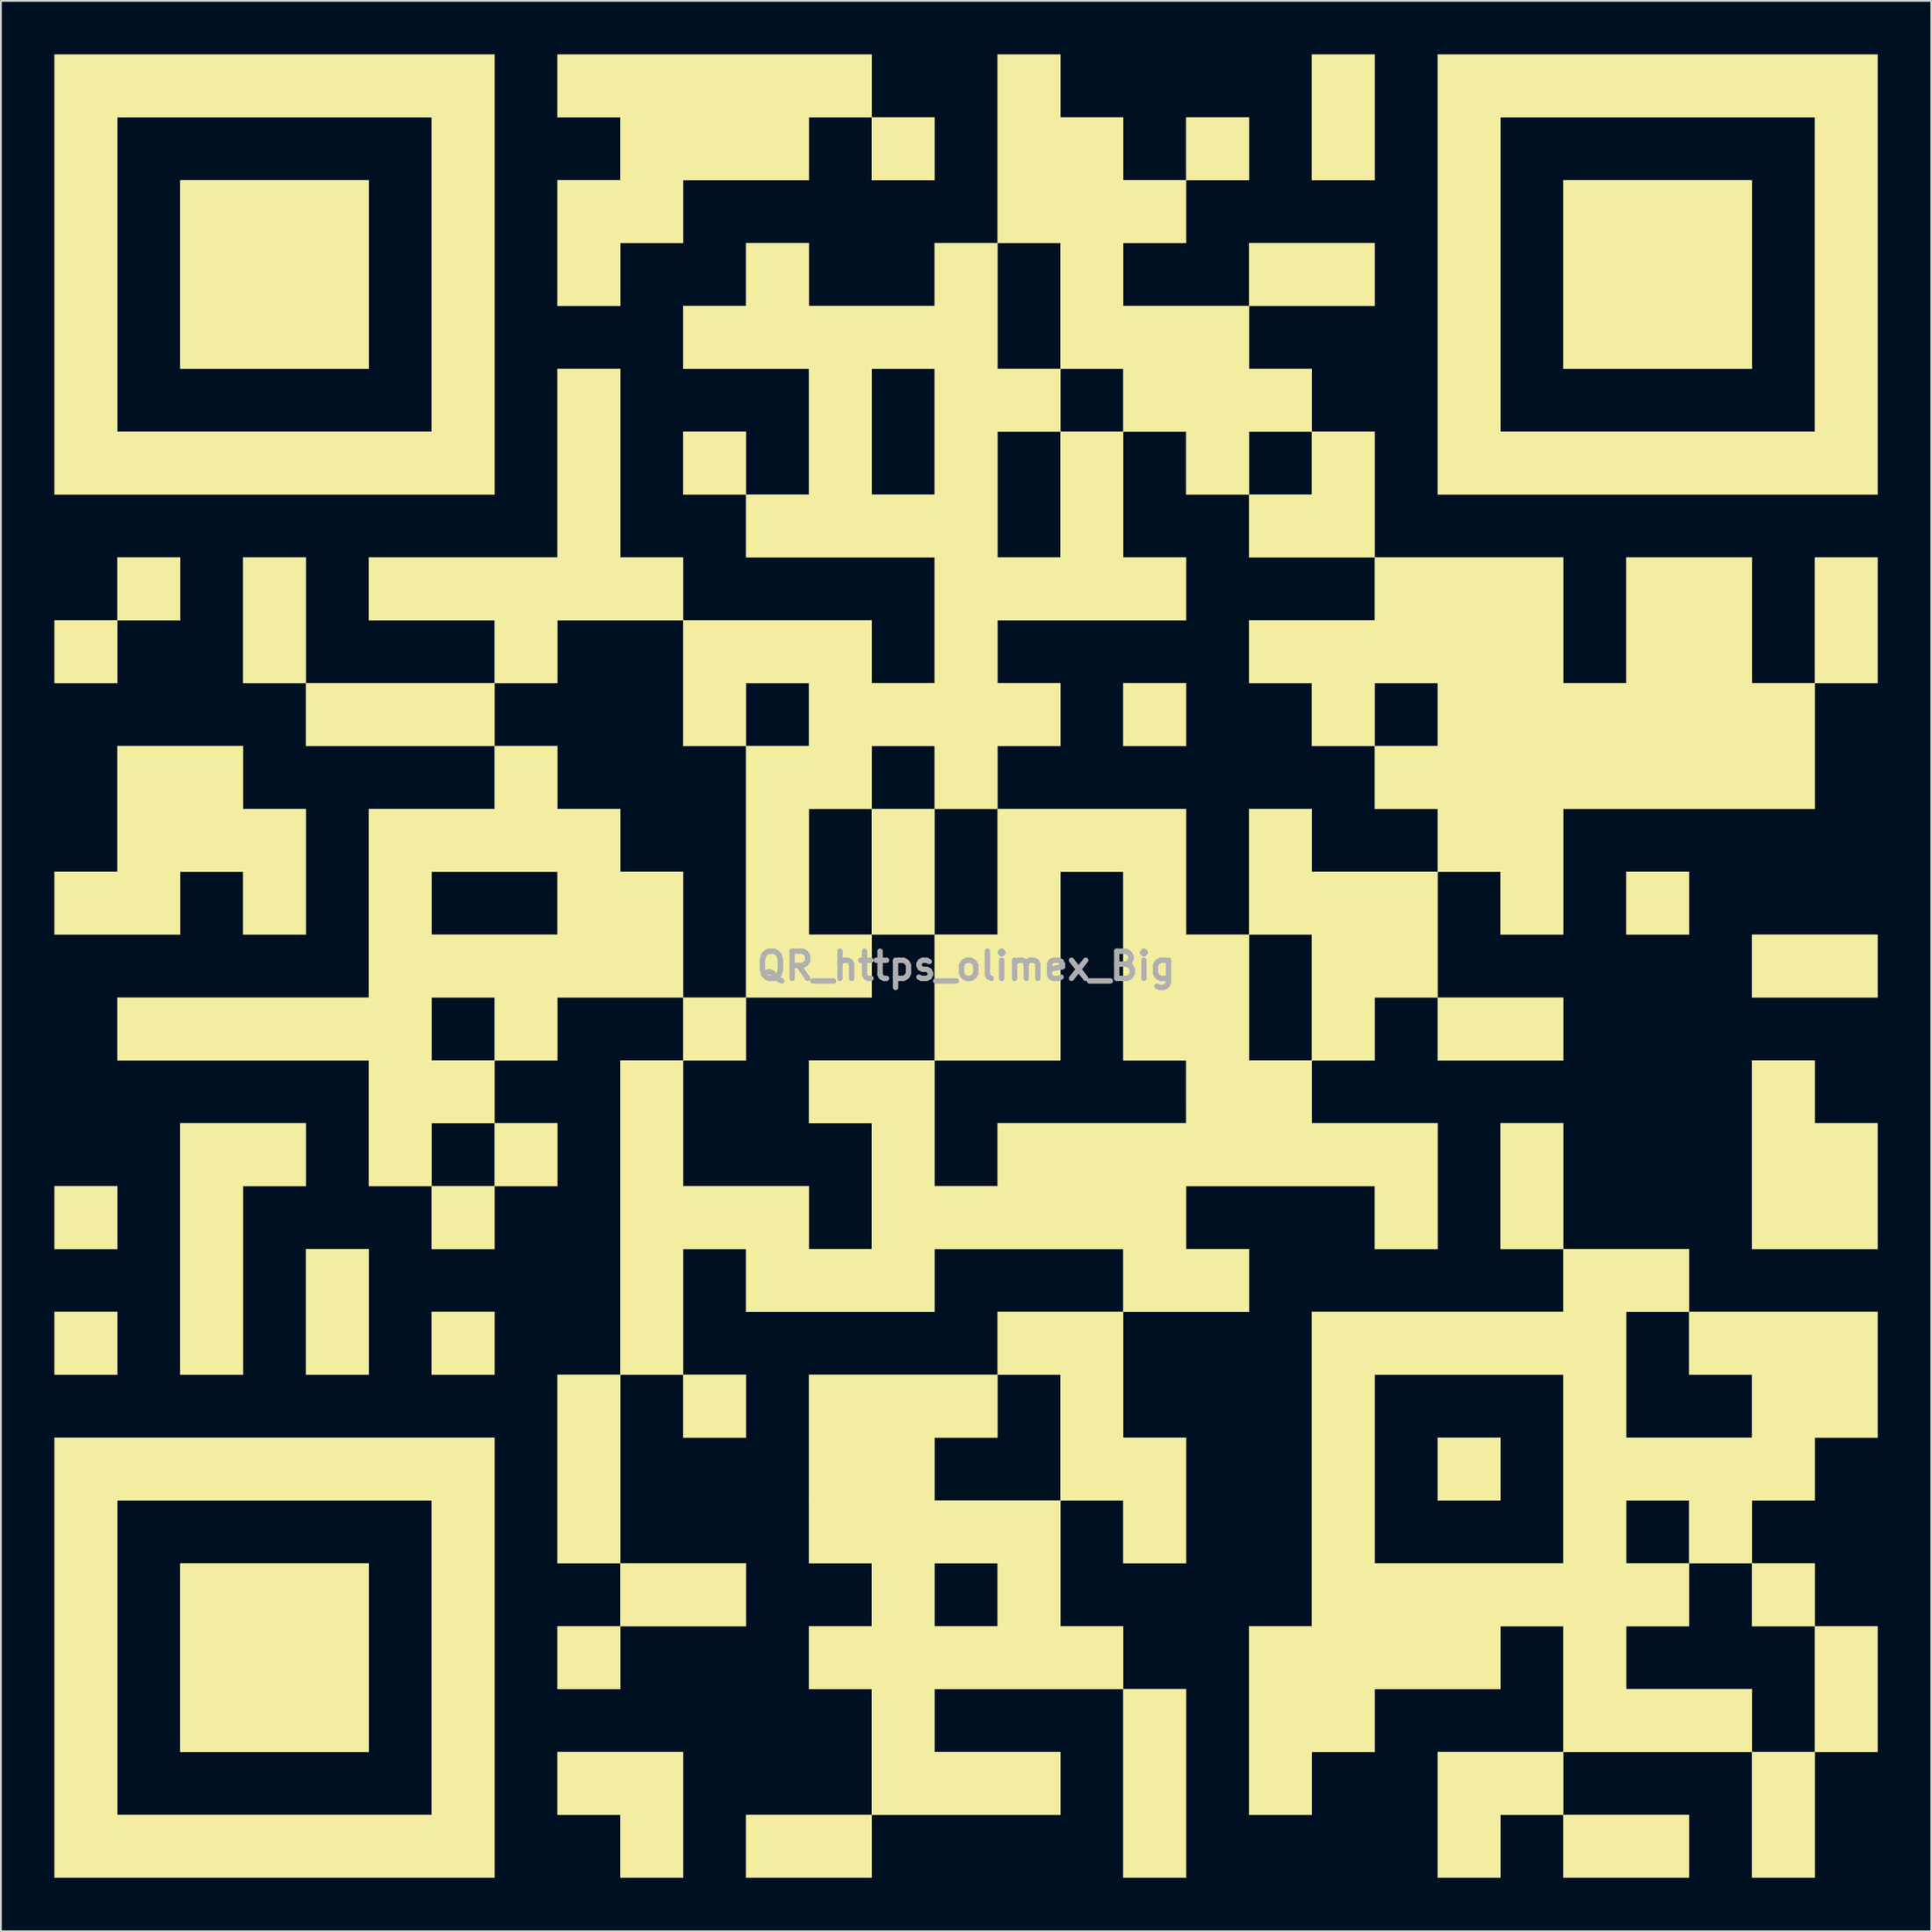
<source format=kicad_pcb>
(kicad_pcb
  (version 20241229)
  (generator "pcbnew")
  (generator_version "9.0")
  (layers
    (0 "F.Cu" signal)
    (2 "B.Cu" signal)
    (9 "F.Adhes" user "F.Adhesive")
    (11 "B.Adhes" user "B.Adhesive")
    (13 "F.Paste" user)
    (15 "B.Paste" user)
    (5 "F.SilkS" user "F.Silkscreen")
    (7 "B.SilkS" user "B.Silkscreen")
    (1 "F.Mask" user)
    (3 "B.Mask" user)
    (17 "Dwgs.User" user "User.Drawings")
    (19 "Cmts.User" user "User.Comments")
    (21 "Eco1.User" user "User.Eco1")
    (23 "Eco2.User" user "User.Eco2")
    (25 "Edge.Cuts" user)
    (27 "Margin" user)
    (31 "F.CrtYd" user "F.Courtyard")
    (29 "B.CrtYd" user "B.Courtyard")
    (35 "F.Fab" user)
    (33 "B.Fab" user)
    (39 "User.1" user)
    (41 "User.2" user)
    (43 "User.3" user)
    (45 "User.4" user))
  (footprint "QR_https_olimex_Big"
    (layer "F.Cu")
    (at 51.158 51.158)
    (property "Reference" "QR_https_olimex_Big" (at 0 0 0) (layer "F.Fab") (effects (font (size 1.524 1.524) (thickness 0.3))))
    (attr through_hole)
    (fp_poly (pts (xy -47.625 -15.875) (xy -51.153 -15.875) (xy -51.153 -19.403) (xy -47.625 -19.403) (xy -47.625 -15.875)) (stroke (width 0.01) (type solid)) (fill yes) (layer "F.SilkS"))
    (fp_poly (pts (xy -47.625 15.875) (xy -51.153 15.875) (xy -51.153 12.347) (xy -47.625 12.347) (xy -47.625 15.875)) (stroke (width 0.01) (type solid)) (fill yes) (layer "F.SilkS"))
    (fp_poly (pts (xy -47.625 22.931) (xy -51.153 22.931) (xy -51.153 19.403) (xy -47.625 19.403) (xy -47.625 22.931)) (stroke (width 0.01) (type solid)) (fill yes) (layer "F.SilkS"))
    (fp_poly (pts (xy -44.097 -19.403) (xy -47.625 -19.403) (xy -47.625 -22.931) (xy -44.097 -22.931) (xy -44.097 -19.403)) (stroke (width 0.01) (type solid)) (fill yes) (layer "F.SilkS"))
    (fp_poly (pts (xy -37.042 -15.875) (xy -40.569 -15.875) (xy -40.569 -22.931) (xy -37.042 -22.931) (xy -37.042 -15.875)) (stroke (width 0.01) (type solid)) (fill yes) (layer "F.SilkS"))
    (fp_poly (pts (xy -33.514 -33.514) (xy -44.097 -33.514) (xy -44.097 -44.097) (xy -33.514 -44.097) (xy -33.514 -33.514)) (stroke (width 0.01) (type solid)) (fill yes) (layer "F.SilkS"))
    (fp_poly (pts (xy -33.514 22.931) (xy -37.042 22.931) (xy -37.042 15.875) (xy -33.514 15.875) (xy -33.514 22.931)) (stroke (width 0.01) (type solid)) (fill yes) (layer "F.SilkS"))
    (fp_poly (pts (xy -33.514 44.097) (xy -44.097 44.097) (xy -44.097 33.514) (xy -33.514 33.514) (xy -33.514 44.097)) (stroke (width 0.01) (type solid)) (fill yes) (layer "F.SilkS"))
    (fp_poly (pts (xy -26.458 15.875) (xy -29.986 15.875) (xy -29.986 12.347) (xy -26.458 12.347) (xy -26.458 15.875)) (stroke (width 0.01) (type solid)) (fill yes) (layer "F.SilkS"))
    (fp_poly (pts (xy -26.458 22.931) (xy -29.986 22.931) (xy -29.986 19.403) (xy -26.458 19.403) (xy -26.458 22.931)) (stroke (width 0.01) (type solid)) (fill yes) (layer "F.SilkS"))
    (fp_poly (pts (xy -22.931 12.347) (xy -26.458 12.347) (xy -26.458 8.819) (xy -22.931 8.819) (xy -22.931 12.347)) (stroke (width 0.01) (type solid)) (fill yes) (layer "F.SilkS"))
    (fp_poly (pts (xy -19.403 33.514) (xy -22.931 33.514) (xy -22.931 22.931) (xy -19.403 22.931) (xy -19.403 33.514)) (stroke (width 0.01) (type solid)) (fill yes) (layer "F.SilkS"))
    (fp_poly (pts (xy -19.403 40.569) (xy -22.931 40.569) (xy -22.931 37.042) (xy -19.403 37.042) (xy -19.403 40.569)) (stroke (width 0.01) (type solid)) (fill yes) (layer "F.SilkS"))
    (fp_poly (pts (xy -12.347 -26.458) (xy -15.875 -26.458) (xy -15.875 -29.986) (xy -12.347 -29.986) (xy -12.347 -26.458)) (stroke (width 0.01) (type solid)) (fill yes) (layer "F.SilkS"))
    (fp_poly (pts (xy -12.347 26.458) (xy -15.875 26.458) (xy -15.875 22.931) (xy -12.347 22.931) (xy -12.347 26.458)) (stroke (width 0.01) (type solid)) (fill yes) (layer "F.SilkS"))
    (fp_poly (pts (xy -12.347 37.042) (xy -19.403 37.042) (xy -19.403 33.514) (xy -12.347 33.514) (xy -12.347 37.042)) (stroke (width 0.01) (type solid)) (fill yes) (layer "F.SilkS"))
    (fp_poly (pts (xy -5.292 51.153) (xy -12.347 51.153) (xy -12.347 47.625) (xy -5.292 47.625) (xy -5.292 51.153)) (stroke (width 0.01) (type solid)) (fill yes) (layer "F.SilkS"))
    (fp_poly (pts (xy -1.764 -44.097) (xy -5.292 -44.097) (xy -5.292 -47.625) (xy -1.764 -47.625) (xy -1.764 -44.097)) (stroke (width 0.01) (type solid)) (fill yes) (layer "F.SilkS"))
    (fp_poly (pts (xy -1.764 -1.764) (xy -5.292 -1.764) (xy -5.292 -8.819) (xy -1.764 -8.819) (xy -1.764 -1.764)) (stroke (width 0.01) (type solid)) (fill yes) (layer "F.SilkS"))
    (fp_poly (pts (xy 12.347 -12.347) (xy 8.819 -12.347) (xy 8.819 -15.875) (xy 12.347 -15.875) (xy 12.347 -12.347)) (stroke (width 0.01) (type solid)) (fill yes) (layer "F.SilkS"))
    (fp_poly (pts (xy 12.347 51.153) (xy 8.819 51.153) (xy 8.819 40.569) (xy 12.347 40.569) (xy 12.347 51.153)) (stroke (width 0.01) (type solid)) (fill yes) (layer "F.SilkS"))
    (fp_poly (pts (xy 15.875 -44.097) (xy 12.347 -44.097) (xy 12.347 -47.625) (xy 15.875 -47.625) (xy 15.875 -44.097)) (stroke (width 0.01) (type solid)) (fill yes) (layer "F.SilkS"))
    (fp_poly (pts (xy 22.931 -44.097) (xy 19.403 -44.097) (xy 19.403 -51.153) (xy 22.931 -51.153) (xy 22.931 -44.097)) (stroke (width 0.01) (type solid)) (fill yes) (layer "F.SilkS"))
    (fp_poly (pts (xy 22.931 -37.042) (xy 15.875 -37.042) (xy 15.875 -40.569) (xy 22.931 -40.569) (xy 22.931 -37.042)) (stroke (width 0.01) (type solid)) (fill yes) (layer "F.SilkS"))
    (fp_poly (pts (xy 29.986 29.986) (xy 26.458 29.986) (xy 26.458 26.458) (xy 29.986 26.458) (xy 29.986 29.986)) (stroke (width 0.01) (type solid)) (fill yes) (layer "F.SilkS"))
    (fp_poly (pts (xy 33.514 5.292) (xy 26.458 5.292) (xy 26.458 1.764) (xy 33.514 1.764) (xy 33.514 5.292)) (stroke (width 0.01) (type solid)) (fill yes) (layer "F.SilkS"))
    (fp_poly (pts (xy 33.514 15.875) (xy 29.986 15.875) (xy 29.986 8.819) (xy 33.514 8.819) (xy 33.514 15.875)) (stroke (width 0.01) (type solid)) (fill yes) (layer "F.SilkS"))
    (fp_poly (pts (xy 40.569 -1.764) (xy 37.042 -1.764) (xy 37.042 -5.292) (xy 40.569 -5.292) (xy 40.569 -1.764)) (stroke (width 0.01) (type solid)) (fill yes) (layer "F.SilkS"))
    (fp_poly (pts (xy 40.569 51.153) (xy 33.514 51.153) (xy 33.514 47.625) (xy 40.569 47.625) (xy 40.569 51.153)) (stroke (width 0.01) (type solid)) (fill yes) (layer "F.SilkS"))
    (fp_poly (pts (xy 44.097 -33.514) (xy 33.514 -33.514) (xy 33.514 -44.097) (xy 44.097 -44.097) (xy 44.097 -33.514)) (stroke (width 0.01) (type solid)) (fill yes) (layer "F.SilkS"))
    (fp_poly (pts (xy 47.625 37.042) (xy 44.097 37.042) (xy 44.097 33.514) (xy 47.625 33.514) (xy 47.625 37.042)) (stroke (width 0.01) (type solid)) (fill yes) (layer "F.SilkS"))
    (fp_poly (pts (xy 47.625 51.153) (xy 44.097 51.153) (xy 44.097 44.097) (xy 47.625 44.097) (xy 47.625 51.153)) (stroke (width 0.01) (type solid)) (fill yes) (layer "F.SilkS"))
    (fp_poly (pts (xy 51.153 -15.875) (xy 47.625 -15.875) (xy 47.625 -22.931) (xy 51.153 -22.931) (xy 51.153 -15.875)) (stroke (width 0.01) (type solid)) (fill yes) (layer "F.SilkS"))
    (fp_poly (pts (xy 51.153 1.764) (xy 44.097 1.764) (xy 44.097 -1.764) (xy 51.153 -1.764) (xy 51.153 1.764)) (stroke (width 0.01) (type solid)) (fill yes) (layer "F.SilkS"))
    (fp_poly (pts (xy 51.153 44.097) (xy 47.625 44.097) (xy 47.625 37.042) (xy 51.153 37.042) (xy 51.153 44.097)) (stroke (width 0.01) (type solid)) (fill yes) (layer "F.SilkS"))
    (fp_poly (pts (xy -37.042 12.347) (xy -40.569 12.347) (xy -40.569 22.931) (xy -44.097 22.931) (xy -44.097 8.819) (xy -37.042 8.819) (xy -37.042 12.347)) (stroke (width 0.01) (type solid)) (fill yes) (layer "F.SilkS"))
    (fp_poly (pts (xy -15.875 51.153) (xy -19.403 51.153) (xy -19.403 47.625) (xy -22.931 47.625) (xy -22.931 44.097) (xy -15.875 44.097) (xy -15.875 51.153)) (stroke (width 0.01) (type solid)) (fill yes) (layer "F.SilkS"))
    (fp_poly (pts (xy 33.514 47.625) (xy 29.986 47.625) (xy 29.986 51.153) (xy 26.458 51.153) (xy 26.458 44.097) (xy 33.514 44.097) (xy 33.514 47.625)) (stroke (width 0.01) (type solid)) (fill yes) (layer "F.SilkS"))
    (fp_poly (pts (xy 47.625 8.819) (xy 51.153 8.819) (xy 51.153 15.875) (xy 44.097 15.875) (xy 44.097 5.292) (xy 47.625 5.292) (xy 47.625 8.819)) (stroke (width 0.01) (type solid)) (fill yes) (layer "F.SilkS"))
    (fp_poly (pts (xy -26.458 -26.458) (xy -51.153 -26.458) (xy -51.153 -47.625) (xy -47.625 -47.625) (xy -47.625 -29.986) (xy -29.986 -29.986) (xy -29.986 -47.625) (xy -47.625 -47.625) (xy -51.153 -47.625) (xy -51.153 -51.153) (xy -26.458 -51.153) (xy -26.458 -26.458)) (stroke (width 0.01) (type solid)) (fill yes) (layer "F.SilkS"))
    (fp_poly (pts (xy -26.458 51.153) (xy -51.153 51.153) (xy -51.153 29.986) (xy -47.625 29.986) (xy -47.625 47.625) (xy -29.986 47.625) (xy -29.986 29.986) (xy -47.625 29.986) (xy -51.153 29.986) (xy -51.153 26.458) (xy -26.458 26.458) (xy -26.458 51.153)) (stroke (width 0.01) (type solid)) (fill yes) (layer "F.SilkS"))
    (fp_poly (pts (xy 51.153 -26.458) (xy 26.458 -26.458) (xy 26.458 -47.625) (xy 29.986 -47.625) (xy 29.986 -29.986) (xy 47.625 -29.986) (xy 47.625 -47.625) (xy 29.986 -47.625) (xy 26.458 -47.625) (xy 26.458 -51.153) (xy 51.153 -51.153) (xy 51.153 -26.458)) (stroke (width 0.01) (type solid)) (fill yes) (layer "F.SilkS"))
    (fp_poly (pts (xy -40.569 -8.819) (xy -37.042 -8.819) (xy -37.042 -1.764) (xy -40.569 -1.764) (xy -40.569 -5.292) (xy -44.097 -5.292) (xy -44.097 -1.764) (xy -51.153 -1.764) (xy -51.153 -5.292) (xy -47.625 -5.292) (xy -47.625 -12.347) (xy -40.569 -12.347) (xy -40.569 -8.819)) (stroke (width 0.01) (type solid)) (fill yes) (layer "F.SilkS"))
    (fp_poly (pts (xy -5.292 -47.625) (xy -8.819 -47.625) (xy -8.819 -44.097) (xy -15.875 -44.097) (xy -15.875 -40.569) (xy -19.403 -40.569) (xy -19.403 -37.042) (xy -22.931 -37.042) (xy -22.931 -44.097) (xy -19.403 -44.097) (xy -19.403 -47.625) (xy -22.931 -47.625) (xy -22.931 -51.153) (xy -5.292 -51.153) (xy -5.292 -47.625)) (stroke (width 0.01) (type solid)) (fill yes) (layer "F.SilkS"))
    (fp_poly (pts (xy 8.819 26.458) (xy 12.347 26.458) (xy 12.347 33.514) (xy 8.819 33.514) (xy 8.819 29.986) (xy 5.292 29.986) (xy 5.292 37.042) (xy 8.819 37.042) (xy 8.819 40.569) (xy -1.764 40.569) (xy -1.764 44.097) (xy 5.292 44.097) (xy 5.292 47.625) (xy -5.292 47.625) (xy -5.292 40.569) (xy -8.819 40.569) (xy -8.819 37.042) (xy -5.292 37.042) (xy -5.292 33.514) (xy -1.764 33.514) (xy -1.764 37.042) (xy 1.764 37.042) (xy 1.764 33.514) (xy -1.764 33.514) (xy -5.292 33.514) (xy -8.819 33.514) (xy -8.819 26.458) (xy -1.764 26.458) (xy -1.764 29.986) (xy 5.292 29.986) (xy 5.292 22.931) (xy 1.764 22.931) (xy 1.764 26.458) (xy -1.764 26.458) (xy -8.819 26.458) (xy -8.819 22.931) (xy 1.764 22.931) (xy 1.764 19.403) (xy 8.819 19.403) (xy 8.819 26.458)) (stroke (width 0.01) (type solid)) (fill yes) (layer "F.SilkS"))
    (fp_poly (pts (xy 51.153 19.403) (xy 51.153 26.458) (xy 47.625 26.458) (xy 47.625 29.986) (xy 44.097 29.986) (xy 44.097 33.514) (xy 40.569 33.514) (xy 40.569 37.042) (xy 37.042 37.042) (xy 37.042 40.569) (xy 44.097 40.569) (xy 44.097 44.097) (xy 33.514 44.097) (xy 33.514 37.042) (xy 29.986 37.042) (xy 29.986 40.569) (xy 22.931 40.569) (xy 22.931 44.097) (xy 19.403 44.097) (xy 19.403 47.625) (xy 15.875 47.625) (xy 15.875 37.042) (xy 19.403 37.042) (xy 19.403 22.931) (xy 22.931 22.931) (xy 22.931 33.514) (xy 33.514 33.514) (xy 33.514 29.986) (xy 37.042 29.986) (xy 37.042 33.514) (xy 40.569 33.514) (xy 40.569 29.986) (xy 37.042 29.986) (xy 33.514 29.986) (xy 33.514 22.931) (xy 22.931 22.931) (xy 19.403 22.931) (xy 19.403 19.403) (xy 33.514 19.403) (xy 37.042 19.403) (xy 37.042 26.458) (xy 44.097 26.458) (xy 44.097 22.931) (xy 40.569 22.931) (xy 40.569 19.403) (xy 37.042 19.403) (xy 33.514 19.403) (xy 33.514 15.875) (xy 40.569 15.875) (xy 40.569 19.403) (xy 51.153 19.403)) (stroke (width 0.01) (type solid)) (fill yes) (layer "F.SilkS"))
    (fp_poly (pts (xy -5.292 -19.403) (xy -5.292 -15.875) (xy -1.764 -15.875) (xy -1.764 -19.403) (xy 1.764 -19.403) (xy 1.764 -15.875) (xy 5.292 -15.875) (xy 5.292 -12.347) (xy 1.764 -12.347) (xy 1.764 -8.819) (xy 12.347 -8.819) (xy 12.347 -1.764) (xy 15.875 -1.764) (xy 15.875 5.292) (xy 19.403 5.292) (xy 19.403 -1.764) (xy 15.875 -1.764) (xy 15.875 -8.819) (xy 19.403 -8.819) (xy 19.403 -5.292) (xy 26.458 -5.292) (xy 26.458 -8.819) (xy 22.931 -8.819) (xy 22.931 -12.347) (xy 19.403 -12.347) (xy 19.403 -15.875) (xy 22.931 -15.875) (xy 22.931 -12.347) (xy 26.458 -12.347) (xy 26.458 -15.875) (xy 22.931 -15.875) (xy 19.403 -15.875) (xy 15.875 -15.875) (xy 15.875 -19.403) (xy 22.931 -19.403) (xy 22.931 -22.931) (xy 15.875 -22.931) (xy 15.875 -26.458) (xy 12.347 -26.458) (xy 12.347 -29.986) (xy 15.875 -29.986) (xy 15.875 -26.458) (xy 19.403 -26.458) (xy 19.403 -29.986) (xy 15.875 -29.986) (xy 12.347 -29.986) (xy 8.819 -29.986) (xy 8.819 -22.931) (xy 12.347 -22.931) (xy 12.347 -19.403) (xy 1.764 -19.403) (xy -1.764 -19.403) (xy -1.764 -22.931) (xy -12.347 -22.931) (xy -12.347 -26.458) (xy -8.819 -26.458) (xy -8.819 -33.514) (xy -5.292 -33.514) (xy -5.292 -26.458) (xy -1.764 -26.458) (xy -1.764 -29.986) (xy 1.764 -29.986) (xy 1.764 -22.931) (xy 5.292 -22.931) (xy 5.292 -29.986) (xy 1.764 -29.986) (xy -1.764 -29.986) (xy -1.764 -33.514) (xy -5.292 -33.514) (xy -8.819 -33.514) (xy -15.875 -33.514) (xy -15.875 -37.042) (xy -12.347 -37.042) (xy -12.347 -40.569) (xy -8.819 -40.569) (xy -8.819 -37.042) (xy -1.764 -37.042) (xy -1.764 -40.569) (xy 1.764 -40.569) (xy 1.764 -33.514) (xy 5.292 -33.514) (xy 5.292 -29.986) (xy 8.819 -29.986) (xy 8.819 -33.514) (xy 5.292 -33.514) (xy 5.292 -40.569) (xy 1.764 -40.569) (xy 1.764 -51.153) (xy 5.292 -51.153) (xy 5.292 -47.625) (xy 8.819 -47.625) (xy 8.819 -44.097) (xy 12.347 -44.097) (xy 12.347 -40.569) (xy 8.819 -40.569) (xy 8.819 -37.042) (xy 15.875 -37.042) (xy 15.875 -33.514) (xy 19.403 -33.514) (xy 19.403 -29.986) (xy 22.931 -29.986) (xy 22.931 -22.931) (xy 33.514 -22.931) (xy 33.514 -15.875) (xy 37.042 -15.875) (xy 37.042 -22.931) (xy 44.097 -22.931) (xy 44.097 -15.875) (xy 47.625 -15.875) (xy 47.625 -8.819) (xy 33.514 -8.819) (xy 33.514 -1.764) (xy 29.986 -1.764) (xy 29.986 -5.292) (xy 26.458 -5.292) (xy 26.458 1.764) (xy 22.931 1.764) (xy 22.931 5.292) (xy 19.403 5.292) (xy 19.403 8.819) (xy 26.458 8.819) (xy 26.458 15.875) (xy 22.931 15.875) (xy 22.931 12.347) (xy 12.347 12.347) (xy 12.347 15.875) (xy 15.875 15.875) (xy 15.875 19.403) (xy 8.819 19.403) (xy 8.819 15.875) (xy -1.764 15.875) (xy -1.764 19.403) (xy -12.347 19.403) (xy -12.347 15.875) (xy -15.875 15.875) (xy -15.875 22.931) (xy -19.403 22.931) (xy -19.403 5.292) (xy -15.875 5.292) (xy -15.875 12.347) (xy -8.819 12.347) (xy -8.819 15.875) (xy -5.292 15.875) (xy -5.292 8.819) (xy -8.819 8.819) (xy -8.819 5.292) (xy -1.764 5.292) (xy -1.764 12.347) (xy 1.764 12.347) (xy 1.764 8.819) (xy 12.347 8.819) (xy 12.347 5.292) (xy 8.819 5.292) (xy 8.819 -5.292) (xy 5.292 -5.292) (xy 5.292 5.292) (xy -1.764 5.292) (xy -1.764 -1.764) (xy 1.764 -1.764) (xy 1.764 -8.819) (xy -1.764 -8.819) (xy -1.764 -12.347) (xy -5.292 -12.347) (xy -5.292 -8.819) (xy -8.819 -8.819) (xy -8.819 -1.764) (xy -5.292 -1.764) (xy -5.292 1.764) (xy -12.347 1.764) (xy -12.347 5.292) (xy -15.875 5.292) (xy -15.875 1.764) (xy -22.931 1.764) (xy -22.931 5.292) (xy -26.458 5.292) (xy -26.458 8.819) (xy -29.986 8.819) (xy -29.986 12.347) (xy -33.514 12.347) (xy -33.514 5.292) (xy -47.625 5.292) (xy -47.625 1.764) (xy -33.514 1.764) (xy -29.986 1.764) (xy -29.986 5.292) (xy -26.458 5.292) (xy -26.458 1.764) (xy -29.986 1.764) (xy -33.514 1.764) (xy -33.514 -5.292) (xy -29.986 -5.292) (xy -29.986 -1.764) (xy -22.931 -1.764) (xy -22.931 -5.292) (xy -29.986 -5.292) (xy -33.514 -5.292) (xy -33.514 -8.819) (xy -26.458 -8.819) (xy -26.458 -12.347) (xy -37.042 -12.347) (xy -37.042 -15.875) (xy -26.458 -15.875) (xy -26.458 -12.347) (xy -22.931 -12.347) (xy -22.931 -8.819) (xy -19.403 -8.819) (xy -19.403 -5.292) (xy -15.875 -5.292) (xy -15.875 1.764) (xy -12.347 1.764) (xy -12.347 -12.347) (xy -15.875 -12.347) (xy -15.875 -15.875) (xy -12.347 -15.875) (xy -12.347 -12.347) (xy -8.819 -12.347) (xy -8.819 -15.875) (xy -12.347 -15.875) (xy -15.875 -15.875) (xy -15.875 -19.403) (xy -22.931 -19.403) (xy -22.931 -15.875) (xy -26.458 -15.875) (xy -26.458 -19.403) (xy -33.514 -19.403) (xy -33.514 -22.931) (xy -22.931 -22.931) (xy -22.931 -33.514) (xy -19.403 -33.514) (xy -19.403 -22.931) (xy -15.875 -22.931) (xy -15.875 -19.403) (xy -5.292 -19.403)) (stroke (width 0.01) (type solid)) (fill yes) (layer "F.SilkS")))
  (gr_rect
    (start -3 -3)
    (end 105.316 105.316)
    (stroke (width 0.1) (type default))
    (fill no)
    (layer "Edge.Cuts")))
</source>
